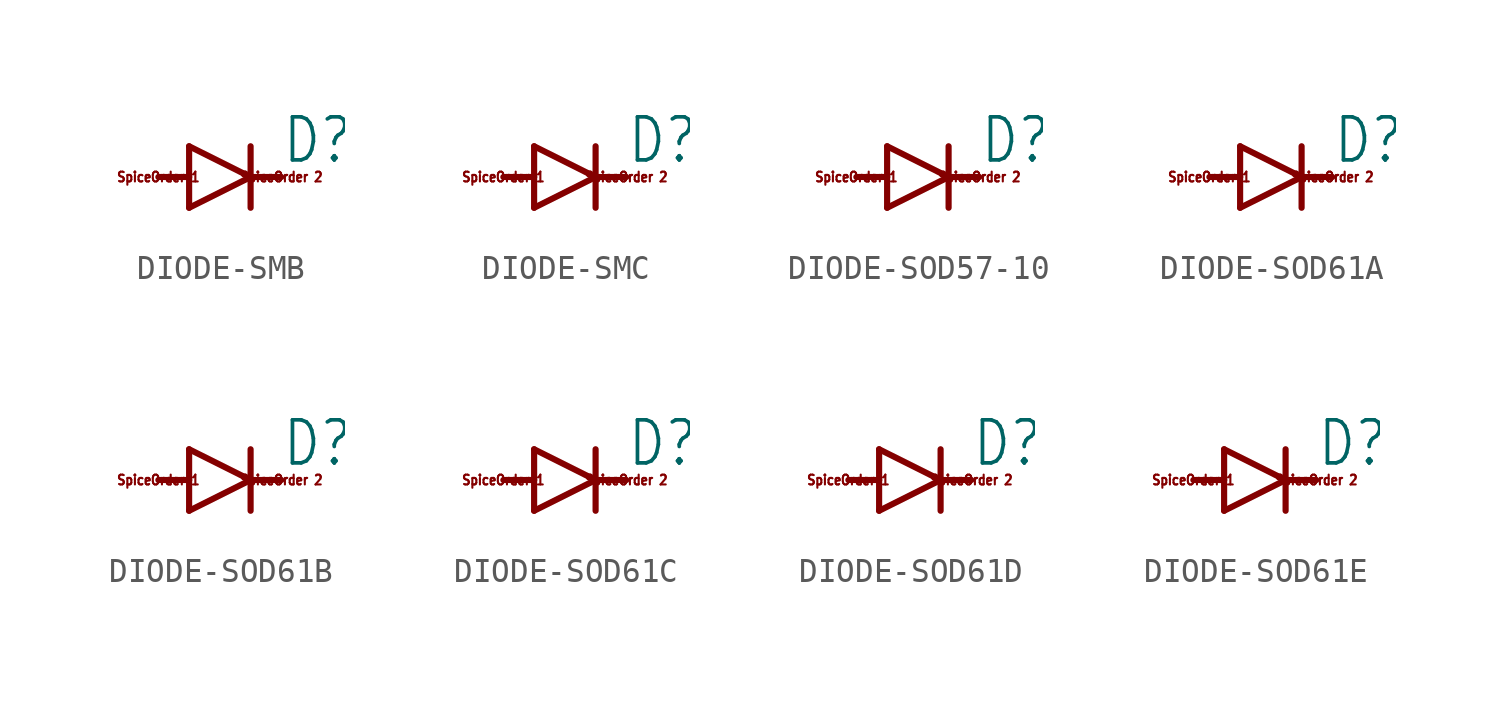
<source format=kicad_sym>
(kicad_symbol_lib
  (version 20241209)
  (generator "kicad_symbol_editor")
  (generator_version "9.0")
  (symbol "DIODE-SMB"
    (property "Reference" "D"
      (at 2.54 0.483 0)
      (effects (font (size 1.778 1.511)) (justify left bottom)))
    (property "Value" ""
      (at 2.54 -2.311 0)
      (effects (font (size 1.778 1.511)) (justify left bottom)))
    (property "ki_locked" ""
      (at 0 0 0)
      (effects (font (size 1.27 1.27))))
    (symbol "DIODE-SMB_1_0"
      (polyline (pts (xy -1.27 1.27) (xy -1.27 0)) (stroke (width 0.254) (type solid)) (fill (type none)))
      (polyline (pts (xy -1.27 0) (xy -2.54 0)) (stroke (width 0.254) (type solid)) (fill (type none)))
      (polyline (pts (xy -1.27 0) (xy -1.27 -1.27)) (stroke (width 0.254) (type solid)) (fill (type none)))
      (polyline (pts (xy -1.27 -1.27) (xy 1.27 0)) (stroke (width 0.254) (type solid)) (fill (type none)))
      (polyline (pts (xy 1.27 1.27) (xy 1.27 0)) (stroke (width 0.254) (type solid)) (fill (type none)))
      (polyline (pts (xy 1.27 0) (xy -1.27 1.27)) (stroke (width 0.254) (type solid)) (fill (type none)))
      (polyline (pts (xy 1.27 0) (xy 1.27 -1.27)) (stroke (width 0.254) (type solid)) (fill (type none)))
      (polyline (pts (xy 2.54 0) (xy 1.27 0)) (stroke (width 0.254) (type solid)) (fill (type none)))
      (text "SpiceOrder 1" (at -2.54 0 0) (effects (font (size 0.406 0.345))))
      (text "SpiceOrder 2" (at 2.54 0 0) (effects (font (size 0.406 0.345))))
      (pin passive line (at -2.54 0 0) (length 0) (name "A" (effects (font (size 0 0)))) (number "A" (effects (font (size 0 0)))))
      (pin passive line (at 2.54 0 180) (length 0) (name "C" (effects (font (size 0 0)))) (number "C" (effects (font (size 0 0)))))))
  (symbol "DIODE-SMC"
    (property "Reference" "D"
      (at 2.54 0.483 0)
      (effects (font (size 1.778 1.511)) (justify left bottom)))
    (property "Value" ""
      (at 2.54 -2.311 0)
      (effects (font (size 1.778 1.511)) (justify left bottom)))
    (property "ki_locked" ""
      (at 0 0 0)
      (effects (font (size 1.27 1.27))))
    (symbol "DIODE-SMC_1_0"
      (polyline (pts (xy -1.27 1.27) (xy -1.27 0)) (stroke (width 0.254) (type solid)) (fill (type none)))
      (polyline (pts (xy -1.27 0) (xy -2.54 0)) (stroke (width 0.254) (type solid)) (fill (type none)))
      (polyline (pts (xy -1.27 0) (xy -1.27 -1.27)) (stroke (width 0.254) (type solid)) (fill (type none)))
      (polyline (pts (xy -1.27 -1.27) (xy 1.27 0)) (stroke (width 0.254) (type solid)) (fill (type none)))
      (polyline (pts (xy 1.27 1.27) (xy 1.27 0)) (stroke (width 0.254) (type solid)) (fill (type none)))
      (polyline (pts (xy 1.27 0) (xy -1.27 1.27)) (stroke (width 0.254) (type solid)) (fill (type none)))
      (polyline (pts (xy 1.27 0) (xy 1.27 -1.27)) (stroke (width 0.254) (type solid)) (fill (type none)))
      (polyline (pts (xy 2.54 0) (xy 1.27 0)) (stroke (width 0.254) (type solid)) (fill (type none)))
      (text "SpiceOrder 1" (at -2.54 0 0) (effects (font (size 0.406 0.345))))
      (text "SpiceOrder 2" (at 2.54 0 0) (effects (font (size 0.406 0.345))))
      (pin passive line (at -2.54 0 0) (length 0) (name "A" (effects (font (size 0 0)))) (number "A" (effects (font (size 0 0)))))
      (pin passive line (at 2.54 0 180) (length 0) (name "C" (effects (font (size 0 0)))) (number "C" (effects (font (size 0 0)))))))
  (symbol "DIODE-SOD57-10"
    (property "Reference" "D"
      (at 2.54 0.483 0)
      (effects (font (size 1.778 1.511)) (justify left bottom)))
    (property "Value" ""
      (at 2.54 -2.311 0)
      (effects (font (size 1.778 1.511)) (justify left bottom)))
    (property "ki_locked" ""
      (at 0 0 0)
      (effects (font (size 1.27 1.27))))
    (symbol "DIODE-SOD57-10_1_0"
      (polyline (pts (xy -1.27 1.27) (xy -1.27 0)) (stroke (width 0.254) (type solid)) (fill (type none)))
      (polyline (pts (xy -1.27 0) (xy -2.54 0)) (stroke (width 0.254) (type solid)) (fill (type none)))
      (polyline (pts (xy -1.27 0) (xy -1.27 -1.27)) (stroke (width 0.254) (type solid)) (fill (type none)))
      (polyline (pts (xy -1.27 -1.27) (xy 1.27 0)) (stroke (width 0.254) (type solid)) (fill (type none)))
      (polyline (pts (xy 1.27 1.27) (xy 1.27 0)) (stroke (width 0.254) (type solid)) (fill (type none)))
      (polyline (pts (xy 1.27 0) (xy -1.27 1.27)) (stroke (width 0.254) (type solid)) (fill (type none)))
      (polyline (pts (xy 1.27 0) (xy 1.27 -1.27)) (stroke (width 0.254) (type solid)) (fill (type none)))
      (polyline (pts (xy 2.54 0) (xy 1.27 0)) (stroke (width 0.254) (type solid)) (fill (type none)))
      (text "SpiceOrder 1" (at -2.54 0 0) (effects (font (size 0.406 0.345))))
      (text "SpiceOrder 2" (at 2.54 0 0) (effects (font (size 0.406 0.345))))
      (pin passive line (at -2.54 0 0) (length 0) (name "A" (effects (font (size 0 0)))) (number "A" (effects (font (size 0 0)))))
      (pin passive line (at 2.54 0 180) (length 0) (name "C" (effects (font (size 0 0)))) (number "C" (effects (font (size 0 0)))))))
  (symbol "DIODE-SOD61A"
    (property "Reference" "D"
      (at 2.54 0.483 0)
      (effects (font (size 1.778 1.511)) (justify left bottom)))
    (property "Value" ""
      (at 2.54 -2.311 0)
      (effects (font (size 1.778 1.511)) (justify left bottom)))
    (property "ki_locked" ""
      (at 0 0 0)
      (effects (font (size 1.27 1.27))))
    (symbol "DIODE-SOD61A_1_0"
      (polyline (pts (xy -1.27 1.27) (xy -1.27 0)) (stroke (width 0.254) (type solid)) (fill (type none)))
      (polyline (pts (xy -1.27 0) (xy -2.54 0)) (stroke (width 0.254) (type solid)) (fill (type none)))
      (polyline (pts (xy -1.27 0) (xy -1.27 -1.27)) (stroke (width 0.254) (type solid)) (fill (type none)))
      (polyline (pts (xy -1.27 -1.27) (xy 1.27 0)) (stroke (width 0.254) (type solid)) (fill (type none)))
      (polyline (pts (xy 1.27 1.27) (xy 1.27 0)) (stroke (width 0.254) (type solid)) (fill (type none)))
      (polyline (pts (xy 1.27 0) (xy -1.27 1.27)) (stroke (width 0.254) (type solid)) (fill (type none)))
      (polyline (pts (xy 1.27 0) (xy 1.27 -1.27)) (stroke (width 0.254) (type solid)) (fill (type none)))
      (polyline (pts (xy 2.54 0) (xy 1.27 0)) (stroke (width 0.254) (type solid)) (fill (type none)))
      (text "SpiceOrder 1" (at -2.54 0 0) (effects (font (size 0.406 0.345))))
      (text "SpiceOrder 2" (at 2.54 0 0) (effects (font (size 0.406 0.345))))
      (pin passive line (at -2.54 0 0) (length 0) (name "A" (effects (font (size 0 0)))) (number "A" (effects (font (size 0 0)))))
      (pin passive line (at 2.54 0 180) (length 0) (name "C" (effects (font (size 0 0)))) (number "C" (effects (font (size 0 0)))))))
  (symbol "DIODE-SOD61B"
    (property "Reference" "D"
      (at 2.54 0.483 0)
      (effects (font (size 1.778 1.511)) (justify left bottom)))
    (property "Value" ""
      (at 2.54 -2.311 0)
      (effects (font (size 1.778 1.511)) (justify left bottom)))
    (property "ki_locked" ""
      (at 0 0 0)
      (effects (font (size 1.27 1.27))))
    (symbol "DIODE-SOD61B_1_0"
      (polyline (pts (xy -1.27 1.27) (xy -1.27 0)) (stroke (width 0.254) (type solid)) (fill (type none)))
      (polyline (pts (xy -1.27 0) (xy -2.54 0)) (stroke (width 0.254) (type solid)) (fill (type none)))
      (polyline (pts (xy -1.27 0) (xy -1.27 -1.27)) (stroke (width 0.254) (type solid)) (fill (type none)))
      (polyline (pts (xy -1.27 -1.27) (xy 1.27 0)) (stroke (width 0.254) (type solid)) (fill (type none)))
      (polyline (pts (xy 1.27 1.27) (xy 1.27 0)) (stroke (width 0.254) (type solid)) (fill (type none)))
      (polyline (pts (xy 1.27 0) (xy -1.27 1.27)) (stroke (width 0.254) (type solid)) (fill (type none)))
      (polyline (pts (xy 1.27 0) (xy 1.27 -1.27)) (stroke (width 0.254) (type solid)) (fill (type none)))
      (polyline (pts (xy 2.54 0) (xy 1.27 0)) (stroke (width 0.254) (type solid)) (fill (type none)))
      (text "SpiceOrder 1" (at -2.54 0 0) (effects (font (size 0.406 0.345))))
      (text "SpiceOrder 2" (at 2.54 0 0) (effects (font (size 0.406 0.345))))
      (pin passive line (at -2.54 0 0) (length 0) (name "A" (effects (font (size 0 0)))) (number "A" (effects (font (size 0 0)))))
      (pin passive line (at 2.54 0 180) (length 0) (name "C" (effects (font (size 0 0)))) (number "C" (effects (font (size 0 0)))))))
  (symbol "DIODE-SOD61C"
    (property "Reference" "D"
      (at 2.54 0.483 0)
      (effects (font (size 1.778 1.511)) (justify left bottom)))
    (property "Value" ""
      (at 2.54 -2.311 0)
      (effects (font (size 1.778 1.511)) (justify left bottom)))
    (property "ki_locked" ""
      (at 0 0 0)
      (effects (font (size 1.27 1.27))))
    (symbol "DIODE-SOD61C_1_0"
      (polyline (pts (xy -1.27 1.27) (xy -1.27 0)) (stroke (width 0.254) (type solid)) (fill (type none)))
      (polyline (pts (xy -1.27 0) (xy -2.54 0)) (stroke (width 0.254) (type solid)) (fill (type none)))
      (polyline (pts (xy -1.27 0) (xy -1.27 -1.27)) (stroke (width 0.254) (type solid)) (fill (type none)))
      (polyline (pts (xy -1.27 -1.27) (xy 1.27 0)) (stroke (width 0.254) (type solid)) (fill (type none)))
      (polyline (pts (xy 1.27 1.27) (xy 1.27 0)) (stroke (width 0.254) (type solid)) (fill (type none)))
      (polyline (pts (xy 1.27 0) (xy -1.27 1.27)) (stroke (width 0.254) (type solid)) (fill (type none)))
      (polyline (pts (xy 1.27 0) (xy 1.27 -1.27)) (stroke (width 0.254) (type solid)) (fill (type none)))
      (polyline (pts (xy 2.54 0) (xy 1.27 0)) (stroke (width 0.254) (type solid)) (fill (type none)))
      (text "SpiceOrder 1" (at -2.54 0 0) (effects (font (size 0.406 0.345))))
      (text "SpiceOrder 2" (at 2.54 0 0) (effects (font (size 0.406 0.345))))
      (pin passive line (at -2.54 0 0) (length 0) (name "A" (effects (font (size 0 0)))) (number "A" (effects (font (size 0 0)))))
      (pin passive line (at 2.54 0 180) (length 0) (name "C" (effects (font (size 0 0)))) (number "C" (effects (font (size 0 0)))))))
  (symbol "DIODE-SOD61D"
    (property "Reference" "D"
      (at 2.54 0.483 0)
      (effects (font (size 1.778 1.511)) (justify left bottom)))
    (property "Value" ""
      (at 2.54 -2.311 0)
      (effects (font (size 1.778 1.511)) (justify left bottom)))
    (property "ki_locked" ""
      (at 0 0 0)
      (effects (font (size 1.27 1.27))))
    (symbol "DIODE-SOD61D_1_0"
      (polyline (pts (xy -1.27 1.27) (xy -1.27 0)) (stroke (width 0.254) (type solid)) (fill (type none)))
      (polyline (pts (xy -1.27 0) (xy -2.54 0)) (stroke (width 0.254) (type solid)) (fill (type none)))
      (polyline (pts (xy -1.27 0) (xy -1.27 -1.27)) (stroke (width 0.254) (type solid)) (fill (type none)))
      (polyline (pts (xy -1.27 -1.27) (xy 1.27 0)) (stroke (width 0.254) (type solid)) (fill (type none)))
      (polyline (pts (xy 1.27 1.27) (xy 1.27 0)) (stroke (width 0.254) (type solid)) (fill (type none)))
      (polyline (pts (xy 1.27 0) (xy -1.27 1.27)) (stroke (width 0.254) (type solid)) (fill (type none)))
      (polyline (pts (xy 1.27 0) (xy 1.27 -1.27)) (stroke (width 0.254) (type solid)) (fill (type none)))
      (polyline (pts (xy 2.54 0) (xy 1.27 0)) (stroke (width 0.254) (type solid)) (fill (type none)))
      (text "SpiceOrder 1" (at -2.54 0 0) (effects (font (size 0.406 0.345))))
      (text "SpiceOrder 2" (at 2.54 0 0) (effects (font (size 0.406 0.345))))
      (pin passive line (at -2.54 0 0) (length 0) (name "A" (effects (font (size 0 0)))) (number "A" (effects (font (size 0 0)))))
      (pin passive line (at 2.54 0 180) (length 0) (name "C" (effects (font (size 0 0)))) (number "C" (effects (font (size 0 0)))))))
  (symbol "DIODE-SOD61E"
    (property "Reference" "D"
      (at 2.54 0.483 0)
      (effects (font (size 1.778 1.511)) (justify left bottom)))
    (property "Value" ""
      (at 2.54 -2.311 0)
      (effects (font (size 1.778 1.511)) (justify left bottom)))
    (property "ki_locked" ""
      (at 0 0 0)
      (effects (font (size 1.27 1.27))))
    (symbol "DIODE-SOD61E_1_0"
      (polyline (pts (xy -1.27 1.27) (xy -1.27 0)) (stroke (width 0.254) (type solid)) (fill (type none)))
      (polyline (pts (xy -1.27 0) (xy -2.54 0)) (stroke (width 0.254) (type solid)) (fill (type none)))
      (polyline (pts (xy -1.27 0) (xy -1.27 -1.27)) (stroke (width 0.254) (type solid)) (fill (type none)))
      (polyline (pts (xy -1.27 -1.27) (xy 1.27 0)) (stroke (width 0.254) (type solid)) (fill (type none)))
      (polyline (pts (xy 1.27 1.27) (xy 1.27 0)) (stroke (width 0.254) (type solid)) (fill (type none)))
      (polyline (pts (xy 1.27 0) (xy -1.27 1.27)) (stroke (width 0.254) (type solid)) (fill (type none)))
      (polyline (pts (xy 1.27 0) (xy 1.27 -1.27)) (stroke (width 0.254) (type solid)) (fill (type none)))
      (polyline (pts (xy 2.54 0) (xy 1.27 0)) (stroke (width 0.254) (type solid)) (fill (type none)))
      (text "SpiceOrder 1" (at -2.54 0 0) (effects (font (size 0.406 0.345))))
      (text "SpiceOrder 2" (at 2.54 0 0) (effects (font (size 0.406 0.345))))
      (pin passive line (at -2.54 0 0) (length 0) (name "A" (effects (font (size 0 0)))) (number "A" (effects (font (size 0 0)))))
      (pin passive line (at 2.54 0 180) (length 0) (name "C" (effects (font (size 0 0)))) (number "C" (effects (font (size 0 0))))))))
</source>
